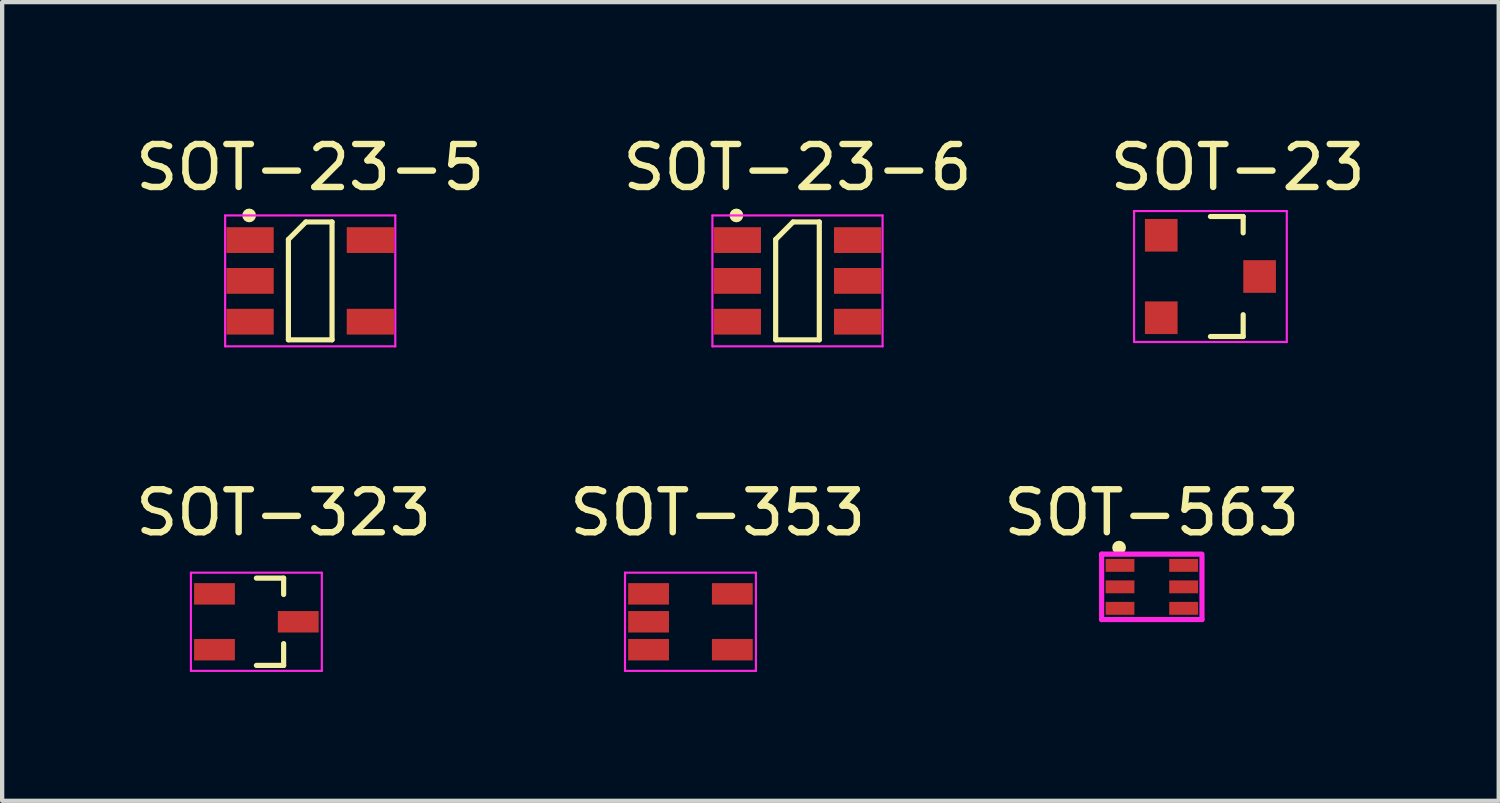
<source format=kicad_pcb>
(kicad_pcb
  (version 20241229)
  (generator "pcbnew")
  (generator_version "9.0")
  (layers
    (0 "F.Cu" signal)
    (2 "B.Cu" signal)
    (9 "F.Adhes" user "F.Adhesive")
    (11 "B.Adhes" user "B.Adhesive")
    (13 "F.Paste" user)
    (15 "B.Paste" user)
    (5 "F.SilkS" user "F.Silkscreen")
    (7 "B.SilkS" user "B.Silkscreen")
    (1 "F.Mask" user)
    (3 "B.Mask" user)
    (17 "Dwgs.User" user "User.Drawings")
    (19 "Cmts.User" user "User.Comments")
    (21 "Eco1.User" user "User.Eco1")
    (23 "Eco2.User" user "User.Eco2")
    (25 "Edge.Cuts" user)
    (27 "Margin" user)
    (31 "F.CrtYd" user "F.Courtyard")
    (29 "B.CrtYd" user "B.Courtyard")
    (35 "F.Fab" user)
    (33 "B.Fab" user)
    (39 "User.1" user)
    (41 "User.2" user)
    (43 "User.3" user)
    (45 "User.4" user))
  (footprint "SOT-23"
    (layer "F.Cu")
    (at 25.133 3.388)
    (property "Reference" "SOT-23" (at 0.635 -2.54 0) (layer "F.SilkS") (effects (font (size 1 1) (thickness 0.15))))
    (attr smd)
    (fp_line (start 0 1.397) (end 0.762 1.397) (stroke (width 0.12) (type solid)) (layer "F.SilkS"))
    (fp_line (start 0.762 -1.397) (end 0 -1.397) (stroke (width 0.12) (type solid)) (layer "F.SilkS"))
    (fp_line (start 0.762 -1.016) (end 0.762 -1.397) (stroke (width 0.12) (type solid)) (layer "F.SilkS"))
    (fp_line (start 0.762 1.397) (end 0.762 0.889) (stroke (width 0.12) (type solid)) (layer "F.SilkS"))
    (fp_line (start -1.778 -1.524) (end -1.778 1.524) (stroke (width 0.05) (type solid)) (layer "F.CrtYd"))
    (fp_line (start -1.778 1.524) (end 1.778 1.524) (stroke (width 0.05) (type solid)) (layer "F.CrtYd"))
    (fp_line (start 1.778 -1.524) (end -1.778 -1.524) (stroke (width 0.05) (type solid)) (layer "F.CrtYd"))
    (fp_line (start 1.778 1.524) (end 1.778 -1.524) (stroke (width 0.05) (type solid)) (layer "F.CrtYd"))
    (pad "1" smd rect (at -1.145 -0.96 90) (size 0.76 0.76) (layers "F.Cu" "F.Mask" "F.Paste"))
    (pad "2" smd rect (at -1.145 0.96 90) (size 0.76 0.76) (layers "F.Cu" "F.Mask" "F.Paste"))
    (pad "3" smd rect (at 1.145 0 270) (size 0.76 0.76) (layers "F.Cu" "F.Mask" "F.Paste")))
  (footprint "SOT-563"
    (layer "F.Cu")
    (at 23.768 10.614)
    (property "Reference" "SOT-563" (at 0 -1.727 0) (layer "F.SilkS") (effects (font (size 1 1) (thickness 0.15))))
    (attr through_hole)
    (fp_circle (center -0.762 -0.914) (end -0.682 -0.914) (stroke (width 0.16) (type solid)) (fill no) (layer "F.SilkS"))
    (fp_line (start -1.168 -0.762) (end -1.168 0.762) (stroke (width 0.12) (type solid)) (layer "F.CrtYd"))
    (fp_line (start -1.168 0.762) (end 1.168 0.762) (stroke (width 0.12) (type solid)) (layer "F.CrtYd"))
    (fp_line (start 1.168 -0.762) (end -1.168 -0.762) (stroke (width 0.12) (type solid)) (layer "F.CrtYd"))
    (fp_line (start 1.168 0.762) (end 1.168 -0.711) (stroke (width 0.12) (type solid)) (layer "F.CrtYd"))
    (pad "1" smd rect (at -0.74 -0.5) (size 0.67 0.3) (layers "F.Cu" "F.Mask" "F.Paste"))
    (pad "2" smd rect (at -0.74 0) (size 0.67 0.3) (layers "F.Cu" "F.Mask" "F.Paste"))
    (pad "3" smd rect (at -0.74 0.5) (size 0.67 0.3) (layers "F.Cu" "F.Mask" "F.Paste"))
    (pad "4" smd rect (at 0.74 0.5) (size 0.67 0.3) (layers "F.Cu" "F.Mask" "F.Paste"))
    (pad "5" smd rect (at 0.74 0) (size 0.67 0.3) (layers "F.Cu" "F.Mask" "F.Paste"))
    (pad "6" smd rect (at 0.74 -0.5) (size 0.67 0.3) (layers "F.Cu" "F.Mask" "F.Paste")))
  (footprint "SOT-323"
    (layer "F.Cu")
    (at 2.919 11.427)
    (property "Reference" "SOT-323" (at 0.635 -2.54 0) (layer "F.SilkS") (effects (font (size 1 1) (thickness 0.15))))
    (attr through_hole)
    (fp_line (start 0.635 -1.016) (end 0 -1.016) (stroke (width 0.12) (type solid)) (layer "F.SilkS"))
    (fp_line (start 0.635 -0.635) (end 0.635 -1.016) (stroke (width 0.12) (type solid)) (layer "F.SilkS"))
    (fp_line (start 0.635 1.016) (end 0 1.016) (stroke (width 0.12) (type solid)) (layer "F.SilkS"))
    (fp_line (start 0.635 1.016) (end 0.635 0.508) (stroke (width 0.12) (type solid)) (layer "F.SilkS"))
    (fp_line (start -1.524 1.143) (end -1.524 -1.143) (stroke (width 0.05) (type solid)) (layer "F.CrtYd"))
    (fp_line (start -1.524 1.143) (end 1.524 1.143) (stroke (width 0.05) (type solid)) (layer "F.CrtYd"))
    (fp_line (start 1.524 -1.143) (end -1.524 -1.143) (stroke (width 0.05) (type solid)) (layer "F.CrtYd"))
    (fp_line (start 1.524 -1.143) (end 1.524 1.143) (stroke (width 0.05) (type solid)) (layer "F.CrtYd"))
    (pad "1" smd rect (at -0.975 -0.65 90) (size 0.5 0.95) (layers "F.Cu" "F.Mask" "F.Paste"))
    (pad "2" smd rect (at -0.975 0.65 90) (size 0.5 0.95) (layers "F.Cu" "F.Mask" "F.Paste"))
    (pad "3" smd rect (at 0.975 0 270) (size 0.5 0.95) (layers "F.Cu" "F.Mask" "F.Paste")))
  (footprint "SOT-23-6"
    (layer "F.Cu")
    (at 15.518 3.49)
    (property "Reference" "SOT-23-6" (at 0 -2.642 0) (layer "F.SilkS") (effects (font (size 1 1) (thickness 0.15))))
    (attr smd)
    (fp_line (start -0.508 -0.965) (end -0.508 1.372) (stroke (width 0.12) (type solid)) (layer "F.SilkS"))
    (fp_line (start -0.508 -0.965) (end -0.102 -1.372) (stroke (width 0.12) (type solid)) (layer "F.SilkS"))
    (fp_line (start -0.508 1.372) (end 0.508 1.372) (stroke (width 0.12) (type solid)) (layer "F.SilkS"))
    (fp_line (start 0.508 -1.372) (end -0.102 -1.372) (stroke (width 0.12) (type solid)) (layer "F.SilkS"))
    (fp_line (start 0.508 1.372) (end 0.508 -1.372) (stroke (width 0.12) (type solid)) (layer "F.SilkS"))
    (fp_circle (center -1.422 -1.524) (end -1.342 -1.524) (stroke (width 0.16) (type solid)) (fill no) (layer "F.SilkS"))
    (fp_line (start -1.981 -1.524) (end -1.981 1.524) (stroke (width 0.05) (type solid)) (layer "F.CrtYd"))
    (fp_line (start -1.981 1.524) (end 1.981 1.524) (stroke (width 0.05) (type solid)) (layer "F.CrtYd"))
    (fp_line (start 1.981 -1.524) (end -1.981 -1.524) (stroke (width 0.05) (type solid)) (layer "F.CrtYd"))
    (fp_line (start 1.981 1.524) (end 1.981 -1.524) (stroke (width 0.05) (type solid)) (layer "F.CrtYd"))
    (pad "1" smd rect (at -1.4 -0.95) (size 1.1 0.6) (layers "F.Cu" "F.Mask" "F.Paste"))
    (pad "2" smd rect (at -1.4 0) (size 1.1 0.6) (layers "F.Cu" "F.Mask" "F.Paste"))
    (pad "3" smd rect (at -1.4 0.95) (size 1.1 0.6) (layers "F.Cu" "F.Mask" "F.Paste"))
    (pad "4" smd rect (at 1.4 0.95) (size 1.1 0.6) (layers "F.Cu" "F.Mask" "F.Paste"))
    (pad "5" smd rect (at 1.4 0) (size 1.1 0.6) (layers "F.Cu" "F.Mask" "F.Paste"))
    (pad "6" smd rect (at 1.4 -0.95) (size 1.1 0.6) (layers "F.Cu" "F.Mask" "F.Paste")))
  (footprint "SOT-23-5"
    (layer "F.Cu")
    (at 4.173 3.49)
    (property "Reference" "SOT-23-5" (at 0 -2.642 0) (layer "F.SilkS") (effects (font (size 1 1) (thickness 0.15))))
    (attr smd)
    (fp_line (start -0.508 -0.965) (end -0.508 1.372) (stroke (width 0.12) (type solid)) (layer "F.SilkS"))
    (fp_line (start -0.508 -0.965) (end -0.102 -1.372) (stroke (width 0.12) (type solid)) (layer "F.SilkS"))
    (fp_line (start -0.508 1.372) (end 0.508 1.372) (stroke (width 0.12) (type solid)) (layer "F.SilkS"))
    (fp_line (start 0.508 -1.372) (end -0.102 -1.372) (stroke (width 0.12) (type solid)) (layer "F.SilkS"))
    (fp_line (start 0.508 1.372) (end 0.508 -1.372) (stroke (width 0.12) (type solid)) (layer "F.SilkS"))
    (fp_circle (center -1.422 -1.524) (end -1.342 -1.524) (stroke (width 0.16) (type solid)) (fill no) (layer "F.SilkS"))
    (fp_line (start -1.981 -1.524) (end -1.981 1.524) (stroke (width 0.05) (type solid)) (layer "F.CrtYd"))
    (fp_line (start -1.981 1.524) (end 1.981 1.524) (stroke (width 0.05) (type solid)) (layer "F.CrtYd"))
    (fp_line (start 1.981 -1.524) (end -1.981 -1.524) (stroke (width 0.05) (type solid)) (layer "F.CrtYd"))
    (fp_line (start 1.981 1.524) (end 1.981 -1.524) (stroke (width 0.05) (type solid)) (layer "F.CrtYd"))
    (pad "1" smd rect (at -1.4 -0.95) (size 1.1 0.6) (layers "F.Cu" "F.Mask" "F.Paste"))
    (pad "2" smd rect (at -1.4 0) (size 1.1 0.6) (layers "F.Cu" "F.Mask" "F.Paste"))
    (pad "3" smd rect (at -1.4 0.95) (size 1.1 0.6) (layers "F.Cu" "F.Mask" "F.Paste"))
    (pad "4" smd rect (at 1.4 0.95) (size 1.1 0.6) (layers "F.Cu" "F.Mask" "F.Paste"))
    (pad "5" smd rect (at 1.4 -0.95) (size 1.1 0.6) (layers "F.Cu" "F.Mask" "F.Paste")))
  (footprint "SOT-353"
    (layer "F.Cu")
    (at 13.026 11.427)
    (property "Reference" "SOT-353" (at 0.635 -2.54 0) (layer "F.SilkS") (effects (font (size 1 1) (thickness 0.15))))
    (attr smd)
    (fp_line (start -1.524 1.143) (end -1.524 -1.143) (stroke (width 0.05) (type solid)) (layer "F.CrtYd"))
    (fp_line (start -1.524 1.143) (end 1.524 1.143) (stroke (width 0.05) (type solid)) (layer "F.CrtYd"))
    (fp_line (start 1.524 -1.143) (end -1.524 -1.143) (stroke (width 0.05) (type solid)) (layer "F.CrtYd"))
    (fp_line (start 1.524 -1.143) (end 1.524 1.143) (stroke (width 0.05) (type solid)) (layer "F.CrtYd"))
    (pad "1" smd rect (at -0.975 -0.65 90) (size 0.5 0.95) (layers "F.Cu" "F.Mask" "F.Paste"))
    (pad "2" smd rect (at -0.975 0 270) (size 0.5 0.95) (layers "F.Cu" "F.Mask" "F.Paste"))
    (pad "3" smd rect (at -0.975 0.65 90) (size 0.5 0.95) (layers "F.Cu" "F.Mask" "F.Paste"))
    (pad "4" smd rect (at 0.975 0.65 270) (size 0.5 0.95) (layers "F.Cu" "F.Mask" "F.Paste"))
    (pad "5" smd rect (at 0.975 -0.65 270) (size 0.5 0.95) (layers "F.Cu" "F.Mask" "F.Paste")))
  (gr_rect
    (start -3 -3)
    (end 31.845 15.595)
    (stroke (width 0.1) (type default))
    (fill no)
    (layer "Edge.Cuts")))
</source>
